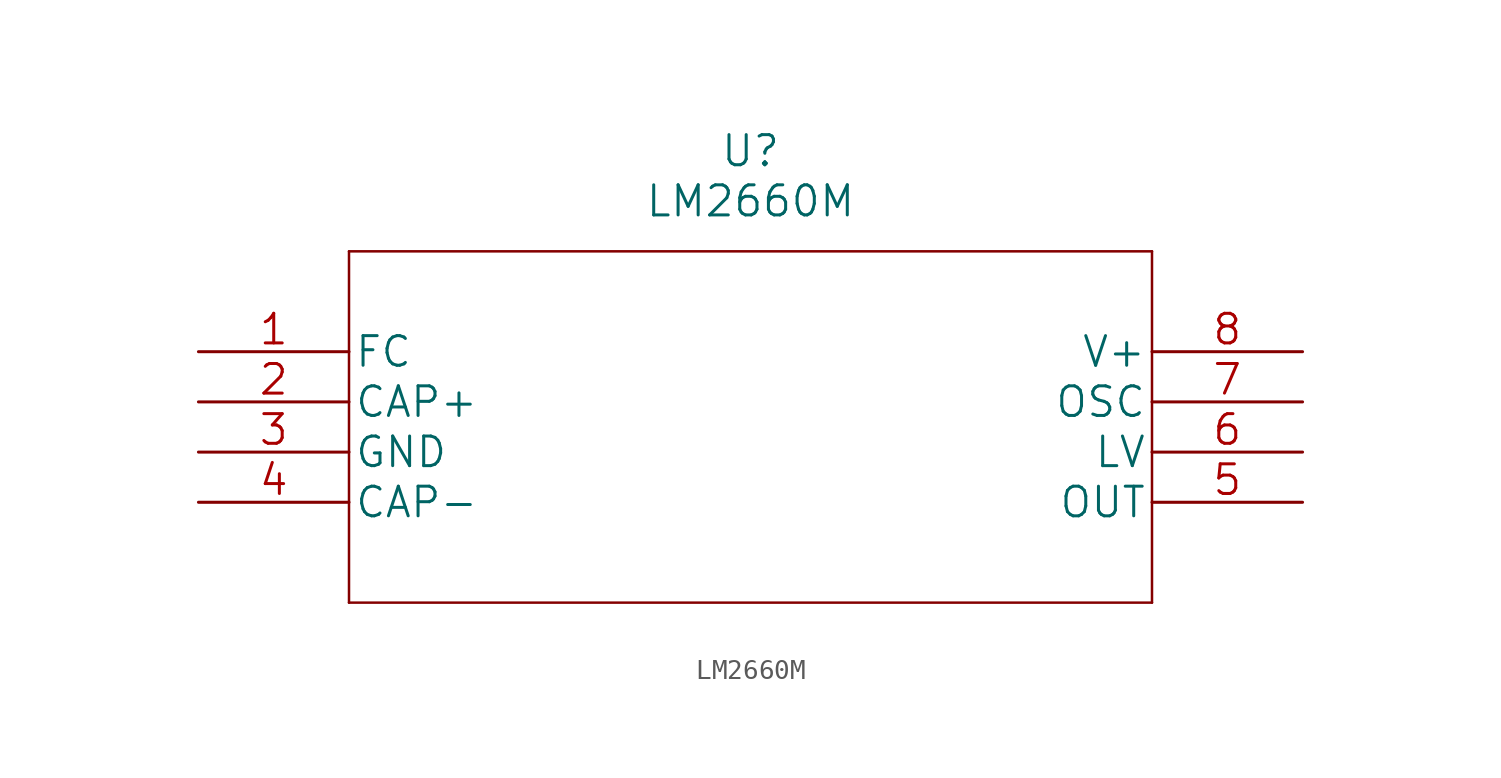
<source format=kicad_sym>
(kicad_symbol_lib
  (version 20211014)
  (generator kicad_symbol_editor)
  (symbol "LM2660M"
    (pin_names
      (offset 0.254))
    (property "Reference" "U"
      (at 27.94 10.16 0)
      (effects (font (size 1.524 1.524))))
    (property "Value" "LM2660M"
      (at 27.94 7.62 0)
      (effects (font (size 1.524 1.524))))
    (property "Datasheet" ""
      (at 0 0 0)
      (effects (font (size 1.524 1.524))))
    (property "ki_locked" ""
      (at 0 0 0)
      (effects (font (size 1.27 1.27))))
    (symbol "LM2660M_1_1"
      (polyline (pts (xy 7.62 -12.7) (xy 48.26 -12.7)) (stroke (width 0.127) (type default) (color 0 0 0 0)) (fill (type none)))
      (polyline (pts (xy 7.62 5.08) (xy 7.62 -12.7)) (stroke (width 0.127) (type default) (color 0 0 0 0)) (fill (type none)))
      (polyline (pts (xy 48.26 -12.7) (xy 48.26 5.08)) (stroke (width 0.127) (type default) (color 0 0 0 0)) (fill (type none)))
      (polyline (pts (xy 48.26 5.08) (xy 7.62 5.08)) (stroke (width 0.127) (type default) (color 0 0 0 0)) (fill (type none)))
      (pin passive line (at 0 0 0) (length 7.62) (name "FC" (effects (font (size 1.499 1.499)))) (number "1" (effects (font (size 1.499 1.499)))))
      (pin passive line (at 0 -2.54 0) (length 7.62) (name "CAP+" (effects (font (size 1.499 1.499)))) (number "2" (effects (font (size 1.499 1.499)))))
      (pin passive line (at 0 -5.08 0) (length 7.62) (name "GND" (effects (font (size 1.499 1.499)))) (number "3" (effects (font (size 1.499 1.499)))))
      (pin passive line (at 0 -7.62 0) (length 7.62) (name "CAP-" (effects (font (size 1.499 1.499)))) (number "4" (effects (font (size 1.499 1.499)))))
      (pin output line (at 55.88 -7.62 180) (length 7.62) (name "OUT" (effects (font (size 1.499 1.499)))) (number "5" (effects (font (size 1.499 1.499)))))
      (pin passive line (at 55.88 -5.08 180) (length 7.62) (name "LV" (effects (font (size 1.499 1.499)))) (number "6" (effects (font (size 1.499 1.499)))))
      (pin passive line (at 55.88 -2.54 180) (length 7.62) (name "OSC" (effects (font (size 1.499 1.499)))) (number "7" (effects (font (size 1.499 1.499)))))
      (pin input line (at 55.88 0 180) (length 7.62) (name "V+" (effects (font (size 1.499 1.499)))) (number "8" (effects (font (size 1.499 1.499))))))))
</source>
